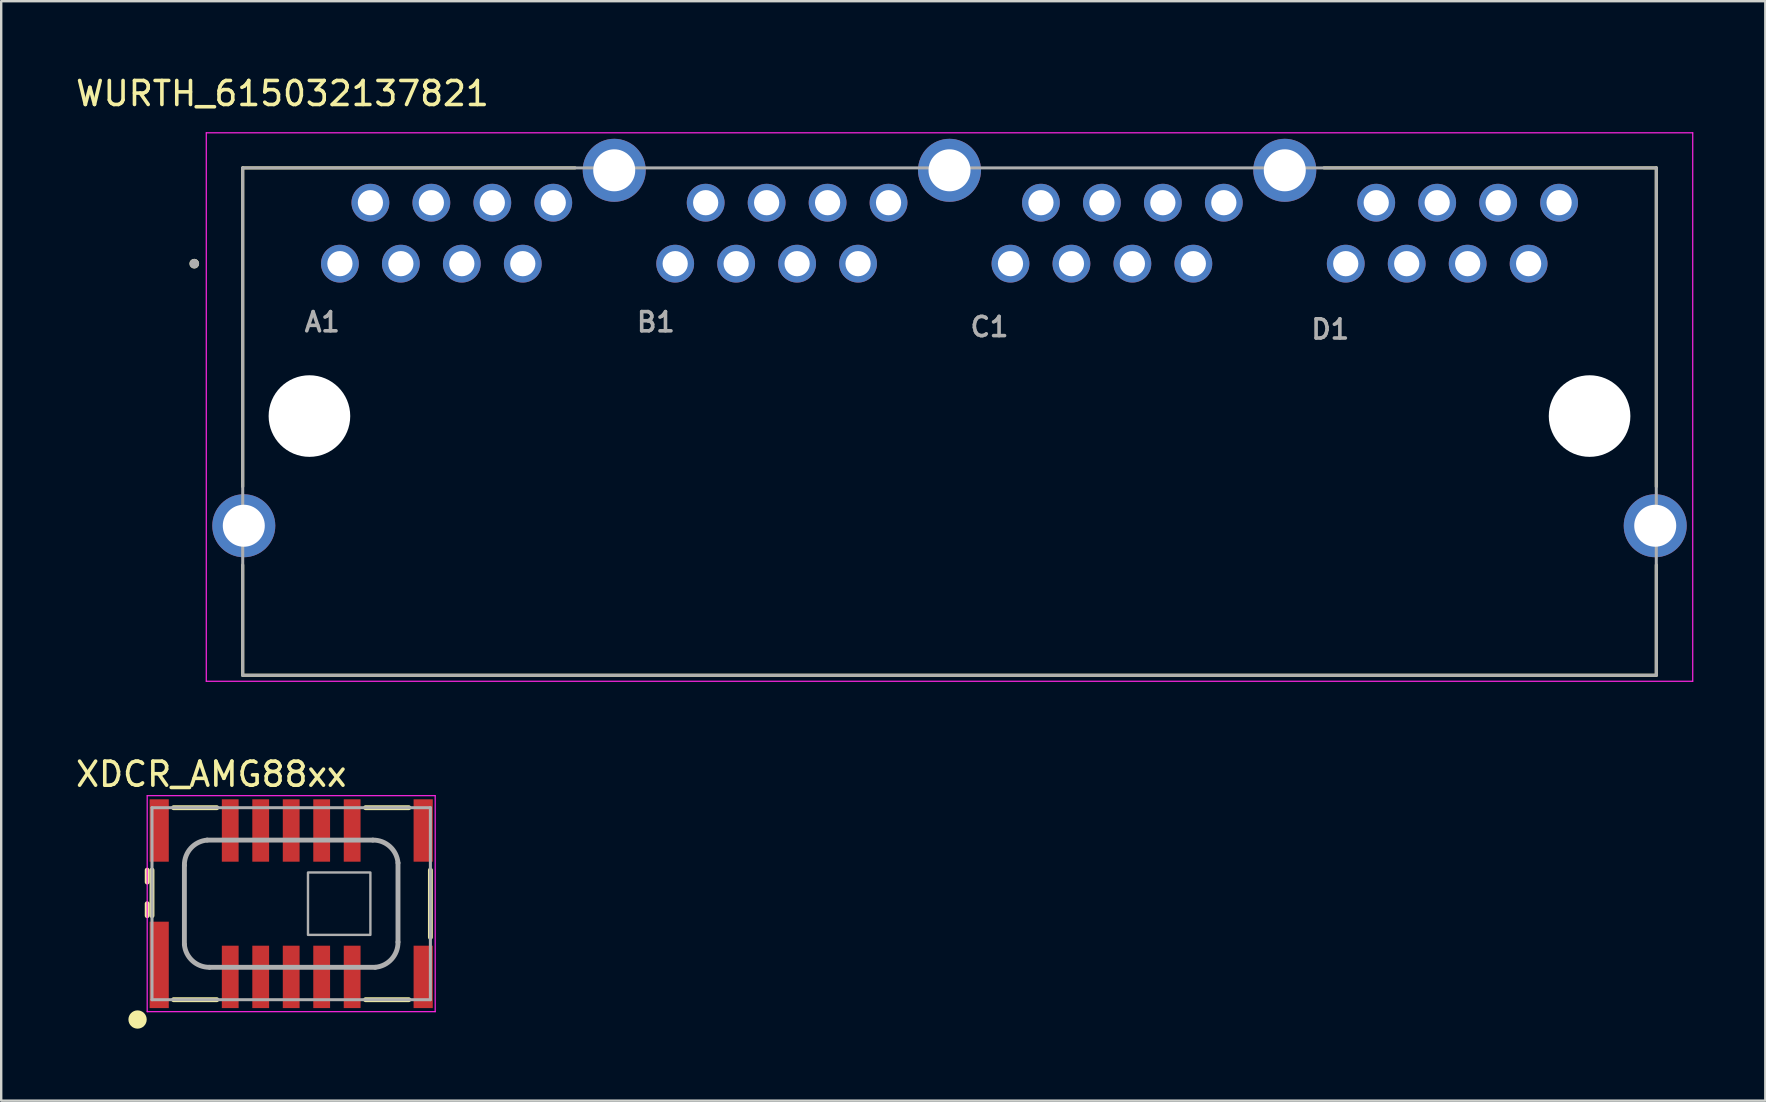
<source format=kicad_pcb>
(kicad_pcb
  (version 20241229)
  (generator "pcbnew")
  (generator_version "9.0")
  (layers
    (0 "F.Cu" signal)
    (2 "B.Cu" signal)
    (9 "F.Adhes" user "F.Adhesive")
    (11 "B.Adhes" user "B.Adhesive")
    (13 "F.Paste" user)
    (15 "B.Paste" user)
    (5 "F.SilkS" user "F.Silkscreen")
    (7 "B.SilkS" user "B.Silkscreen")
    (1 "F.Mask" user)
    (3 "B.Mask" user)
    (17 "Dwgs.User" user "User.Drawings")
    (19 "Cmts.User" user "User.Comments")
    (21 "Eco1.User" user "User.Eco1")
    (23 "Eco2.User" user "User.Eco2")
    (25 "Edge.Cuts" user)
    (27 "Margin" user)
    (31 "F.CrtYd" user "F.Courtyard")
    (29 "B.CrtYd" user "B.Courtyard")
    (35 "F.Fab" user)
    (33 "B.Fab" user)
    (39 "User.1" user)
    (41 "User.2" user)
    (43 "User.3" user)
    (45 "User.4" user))
  (footprint "WURTH_615032137821"
    (layer "F.Cu")
    (at 36.513 14.516)
    (property "Reference" "WURTH_615032137821" (at -27.793 -13.668 180) (layer "F.SilkS") (effects (font (size 1 1) (thickness 0.15))))
    (attr through_hole)
    (fp_line (start -29.45 -10.57) (end -15.602 -10.57) (stroke (width 0.127) (type solid)) (layer "F.SilkS"))
    (fp_line (start -29.45 2.708) (end -29.45 -10.57) (stroke (width 0.127) (type solid)) (layer "F.SilkS"))
    (fp_line (start -29.45 10.57) (end -29.45 5.973) (stroke (width 0.127) (type solid)) (layer "F.SilkS"))
    (fp_line (start 15.602 -10.57) (end 29.45 -10.57) (stroke (width 0.127) (type solid)) (layer "F.SilkS"))
    (fp_line (start 29.45 -10.57) (end 29.45 2.708) (stroke (width 0.127) (type solid)) (layer "F.SilkS"))
    (fp_line (start 29.45 10.57) (end -29.45 10.57) (stroke (width 0.127) (type solid)) (layer "F.SilkS"))
    (fp_line (start 29.45 10.57) (end 29.45 5.973) (stroke (width 0.127) (type solid)) (layer "F.SilkS"))
    (fp_circle (center -31.468 -6.58) (end -31.367 -6.58) (stroke (width 0.2) (type solid)) (fill no) (layer "F.SilkS"))
    (fp_line (start -30.968 -12.033) (end -30.968 10.82) (stroke (width 0.05) (type solid)) (layer "F.CrtYd"))
    (fp_line (start -30.968 10.82) (end 30.968 10.82) (stroke (width 0.05) (type solid)) (layer "F.CrtYd"))
    (fp_line (start 30.968 -12.033) (end -30.968 -12.033) (stroke (width 0.05) (type solid)) (layer "F.CrtYd"))
    (fp_line (start 30.968 10.82) (end 30.968 -12.033) (stroke (width 0.05) (type solid)) (layer "F.CrtYd"))
    (fp_line (start -29.45 -10.57) (end 29.45 -10.57) (stroke (width 0.127) (type solid)) (layer "F.Fab"))
    (fp_line (start -29.45 10.57) (end -29.45 -10.57) (stroke (width 0.127) (type solid)) (layer "F.Fab"))
    (fp_line (start 29.45 -10.57) (end 29.45 10.57) (stroke (width 0.127) (type solid)) (layer "F.Fab"))
    (fp_line (start 29.45 10.57) (end -29.45 10.57) (stroke (width 0.127) (type solid)) (layer "F.Fab"))
    (fp_circle (center -31.468 -6.58) (end -31.367 -6.58) (stroke (width 0.2) (type solid)) (fill no) (layer "F.Fab"))
    (fp_text user "D1" (at 15.865 -3.845 180) (layer "F.Fab") (effects (font (size 0.8 0.8) (thickness 0.15))))
    (fp_text user "C1" (at 1.665 -3.945 180) (layer "F.Fab") (effects (font (size 0.8 0.8) (thickness 0.15))))
    (fp_text user "A1" (at -26.135 -4.145 180) (layer "F.Fab") (effects (font (size 0.8 0.8) (thickness 0.15))))
    (fp_text user "B1" (at -12.235 -4.145 180) (layer "F.Fab") (effects (font (size 0.8 0.8) (thickness 0.15))))
    (pad "" np_thru_hole circle (at -26.67 -0.23) (size 3.4 3.4) (drill 3.4) (layers "*.Cu" "*.Mask"))
    (pad "" np_thru_hole circle (at 26.67 -0.23) (size 3.4 3.4) (drill 3.4) (layers "*.Cu" "*.Mask"))
    (pad "A1" thru_hole circle (at -25.4 -6.58) (size 1.575 1.575) (drill 1.05) (layers "*.Cu" "*.Mask"))
    (pad "A2" thru_hole circle (at -24.13 -9.12) (size 1.575 1.575) (drill 1.05) (layers "*.Cu" "*.Mask"))
    (pad "A3" thru_hole circle (at -22.86 -6.58) (size 1.575 1.575) (drill 1.05) (layers "*.Cu" "*.Mask"))
    (pad "A4" thru_hole circle (at -21.59 -9.12) (size 1.575 1.575) (drill 1.05) (layers "*.Cu" "*.Mask"))
    (pad "A5" thru_hole circle (at -20.32 -6.58) (size 1.575 1.575) (drill 1.05) (layers "*.Cu" "*.Mask"))
    (pad "A6" thru_hole circle (at -19.05 -9.12) (size 1.575 1.575) (drill 1.05) (layers "*.Cu" "*.Mask"))
    (pad "A7" thru_hole circle (at -17.78 -6.58) (size 1.575 1.575) (drill 1.05) (layers "*.Cu" "*.Mask"))
    (pad "A8" thru_hole circle (at -16.51 -9.12) (size 1.575 1.575) (drill 1.05) (layers "*.Cu" "*.Mask"))
    (pad "B1" thru_hole circle (at -11.43 -6.58) (size 1.575 1.575) (drill 1.05) (layers "*.Cu" "*.Mask"))
    (pad "B2" thru_hole circle (at -10.16 -9.12) (size 1.575 1.575) (drill 1.05) (layers "*.Cu" "*.Mask"))
    (pad "B3" thru_hole circle (at -8.89 -6.58) (size 1.575 1.575) (drill 1.05) (layers "*.Cu" "*.Mask"))
    (pad "B4" thru_hole circle (at -7.62 -9.12) (size 1.575 1.575) (drill 1.05) (layers "*.Cu" "*.Mask"))
    (pad "B5" thru_hole circle (at -6.35 -6.58) (size 1.575 1.575) (drill 1.05) (layers "*.Cu" "*.Mask"))
    (pad "B6" thru_hole circle (at -5.08 -9.12) (size 1.575 1.575) (drill 1.05) (layers "*.Cu" "*.Mask"))
    (pad "B7" thru_hole circle (at -3.81 -6.58) (size 1.575 1.575) (drill 1.05) (layers "*.Cu" "*.Mask"))
    (pad "B8" thru_hole circle (at -2.54 -9.12) (size 1.575 1.575) (drill 1.05) (layers "*.Cu" "*.Mask"))
    (pad "C1" thru_hole circle (at 2.54 -6.58) (size 1.575 1.575) (drill 1.05) (layers "*.Cu" "*.Mask"))
    (pad "C2" thru_hole circle (at 3.81 -9.12) (size 1.575 1.575) (drill 1.05) (layers "*.Cu" "*.Mask"))
    (pad "C3" thru_hole circle (at 5.08 -6.58) (size 1.575 1.575) (drill 1.05) (layers "*.Cu" "*.Mask"))
    (pad "C4" thru_hole circle (at 6.35 -9.12) (size 1.575 1.575) (drill 1.05) (layers "*.Cu" "*.Mask"))
    (pad "C5" thru_hole circle (at 7.62 -6.58) (size 1.575 1.575) (drill 1.05) (layers "*.Cu" "*.Mask"))
    (pad "C6" thru_hole circle (at 8.89 -9.12) (size 1.575 1.575) (drill 1.05) (layers "*.Cu" "*.Mask"))
    (pad "C7" thru_hole circle (at 10.16 -6.58) (size 1.575 1.575) (drill 1.05) (layers "*.Cu" "*.Mask"))
    (pad "C8" thru_hole circle (at 11.43 -9.12) (size 1.575 1.575) (drill 1.05) (layers "*.Cu" "*.Mask"))
    (pad "D1" thru_hole circle (at 16.51 -6.58) (size 1.575 1.575) (drill 1.05) (layers "*.Cu" "*.Mask"))
    (pad "D2" thru_hole circle (at 17.78 -9.12) (size 1.575 1.575) (drill 1.05) (layers "*.Cu" "*.Mask"))
    (pad "D3" thru_hole circle (at 19.05 -6.58) (size 1.575 1.575) (drill 1.05) (layers "*.Cu" "*.Mask"))
    (pad "D4" thru_hole circle (at 20.32 -9.12) (size 1.575 1.575) (drill 1.05) (layers "*.Cu" "*.Mask"))
    (pad "D5" thru_hole circle (at 21.59 -6.58) (size 1.575 1.575) (drill 1.05) (layers "*.Cu" "*.Mask"))
    (pad "D6" thru_hole circle (at 22.86 -9.12) (size 1.575 1.575) (drill 1.05) (layers "*.Cu" "*.Mask"))
    (pad "D7" thru_hole circle (at 24.13 -6.58) (size 1.575 1.575) (drill 1.05) (layers "*.Cu" "*.Mask"))
    (pad "D8" thru_hole circle (at 25.4 -9.12) (size 1.575 1.575) (drill 1.05) (layers "*.Cu" "*.Mask"))
    (pad "S1" thru_hole circle (at -29.405 4.34) (size 2.625 2.625) (drill 1.75) (layers "*.Cu" "*.Mask"))
    (pad "S2" thru_hole circle (at -13.97 -10.47) (size 2.625 2.625) (drill 1.75) (layers "*.Cu" "*.Mask"))
    (pad "S3" thru_hole circle (at 0 -10.47) (size 2.625 2.625) (drill 1.75) (layers "*.Cu" "*.Mask"))
    (pad "S4" thru_hole circle (at 13.97 -10.47) (size 2.625 2.625) (drill 1.75) (layers "*.Cu" "*.Mask"))
    (pad "S5" thru_hole circle (at 29.405 4.34) (size 2.625 2.625) (drill 1.75) (layers "*.Cu" "*.Mask")))
  (footprint "XDCR_AMG88xx"
    (layer "F.Cu")
    (at 9.083 34.604)
    (property "Reference" "XDCR_AMG88xx" (at -3.33 -5.394 0) (layer "F.SilkS") (effects (font (size 1.002 1.002) (thickness 0.15))))
    (attr smd)
    (fp_line (start -6 -1.4) (end -6 -0.9) (stroke (width 0.203) (type solid)) (layer "F.SilkS"))
    (fp_line (start -6 0) (end -6 0.5) (stroke (width 0.203) (type solid)) (layer "F.SilkS"))
    (fp_line (start -5.8 -1.4) (end -5.8 0.5) (stroke (width 0.203) (type solid)) (layer "F.SilkS"))
    (fp_line (start -3.1 -4) (end -4.9 -4) (stroke (width 0.203) (type solid)) (layer "F.SilkS"))
    (fp_line (start -3.1 4) (end -4.9 4) (stroke (width 0.203) (type solid)) (layer "F.SilkS"))
    (fp_line (start 4.9 -4) (end 3.1 -4) (stroke (width 0.203) (type solid)) (layer "F.SilkS"))
    (fp_line (start 4.9 4) (end 3.1 4) (stroke (width 0.203) (type solid)) (layer "F.SilkS"))
    (fp_line (start 5.8 -1.4) (end 5.8 1.4) (stroke (width 0.203) (type solid)) (layer "F.SilkS"))
    (fp_circle (center -6.401 4.826) (end -6.147 4.826) (stroke (width 0.254) (type solid)) (fill yes) (layer "F.SilkS"))
    (fp_line (start -6 -4.5) (end -6 4.5) (stroke (width 0.05) (type solid)) (layer "F.CrtYd"))
    (fp_line (start -6 4.5) (end 6 4.5) (stroke (width 0.05) (type solid)) (layer "F.CrtYd"))
    (fp_line (start 6 -4.5) (end -6 -4.5) (stroke (width 0.05) (type solid)) (layer "F.CrtYd"))
    (fp_line (start 6 4.5) (end 6 -4.5) (stroke (width 0.05) (type solid)) (layer "F.CrtYd"))
    (fp_line (start -5.8 -4) (end -5.8 4) (stroke (width 0.127) (type solid)) (layer "F.Fab"))
    (fp_line (start -5.8 4) (end 5.8 4) (stroke (width 0.127) (type solid)) (layer "F.Fab"))
    (fp_line (start -4.45 1.7) (end -4.45 -1.6) (stroke (width 0.203) (type solid)) (layer "F.Fab"))
    (fp_line (start -3.5 -2.65) (end 3.4 -2.65) (stroke (width 0.203) (type solid)) (layer "F.Fab"))
    (fp_line (start 3.5 2.65) (end -3.4 2.65) (stroke (width 0.203) (type solid)) (layer "F.Fab"))
    (fp_line (start 4.45 -1.7) (end 4.45 1.6) (stroke (width 0.203) (type solid)) (layer "F.Fab"))
    (fp_line (start 5.8 -4) (end -5.8 -4) (stroke (width 0.127) (type solid)) (layer "F.Fab"))
    (fp_line (start 5.8 4) (end 5.8 -4) (stroke (width 0.127) (type solid)) (layer "F.Fab"))
    (fp_rect (start 0.7 -1.3) (end 3.3 1.3) (stroke (width 0.1) (type solid)) (fill no) (layer "F.Fab"))
    (fp_arc (start -4.45 -1.6) (mid -4.182112 -2.312388) (end -3.499998 -2.65) (stroke (width 0.2032) (type solid)) (layer "F.Fab"))
    (fp_arc (start -3.4 2.65) (mid -4.112388 2.382112) (end -4.45 1.699998) (stroke (width 0.2032) (type solid)) (layer "F.Fab"))
    (fp_arc (start 3.4 -2.65) (mid 4.11239 -2.382113) (end 4.45 -1.699998) (stroke (width 0.2032) (type solid)) (layer "F.Fab"))
    (fp_arc (start 4.45 1.6) (mid 4.182113 2.31239) (end 3.499998 2.65) (stroke (width 0.2032) (type solid)) (layer "F.Fab"))
    (pad "1" smd rect (at -5.5 2.55) (size 0.8 3.6) (layers "F.Cu" "F.Mask" "F.Paste"))
    (pad "2" smd rect (at -2.54 3.05) (size 0.7 2.6) (layers "F.Cu" "F.Mask" "F.Paste"))
    (pad "3" smd rect (at -1.27 3.05) (size 0.7 2.6) (layers "F.Cu" "F.Mask" "F.Paste"))
    (pad "4" smd rect (at 0 3.05) (size 0.7 2.6) (layers "F.Cu" "F.Mask" "F.Paste"))
    (pad "5" smd rect (at 1.27 3.05) (size 0.7 2.6) (layers "F.Cu" "F.Mask" "F.Paste"))
    (pad "6" smd rect (at 2.54 3.05) (size 0.7 2.6) (layers "F.Cu" "F.Mask" "F.Paste"))
    (pad "7" smd rect (at 5.5 3.05) (size 0.8 2.6) (layers "F.Cu" "F.Mask" "F.Paste"))
    (pad "8" smd rect (at 5.5 -3.05) (size 0.8 2.6) (layers "F.Cu" "F.Mask" "F.Paste"))
    (pad "9" smd rect (at 2.54 -3.05) (size 0.7 2.6) (layers "F.Cu" "F.Mask" "F.Paste"))
    (pad "10" smd rect (at 1.27 -3.05) (size 0.7 2.6) (layers "F.Cu" "F.Mask" "F.Paste"))
    (pad "11" smd rect (at 0 -3.05) (size 0.7 2.6) (layers "F.Cu" "F.Mask" "F.Paste"))
    (pad "12" smd rect (at -1.27 -3.05) (size 0.7 2.6) (layers "F.Cu" "F.Mask" "F.Paste"))
    (pad "13" smd rect (at -2.54 -3.05) (size 0.7 2.6) (layers "F.Cu" "F.Mask" "F.Paste"))
    (pad "14" smd rect (at -5.5 -3.05) (size 0.8 2.6) (layers "F.Cu" "F.Mask" "F.Paste")))
  (gr_rect
    (start -3 -3)
    (end 70.505 42.811)
    (stroke (width 0.1) (type default))
    (fill no)
    (layer "Edge.Cuts")))
</source>
